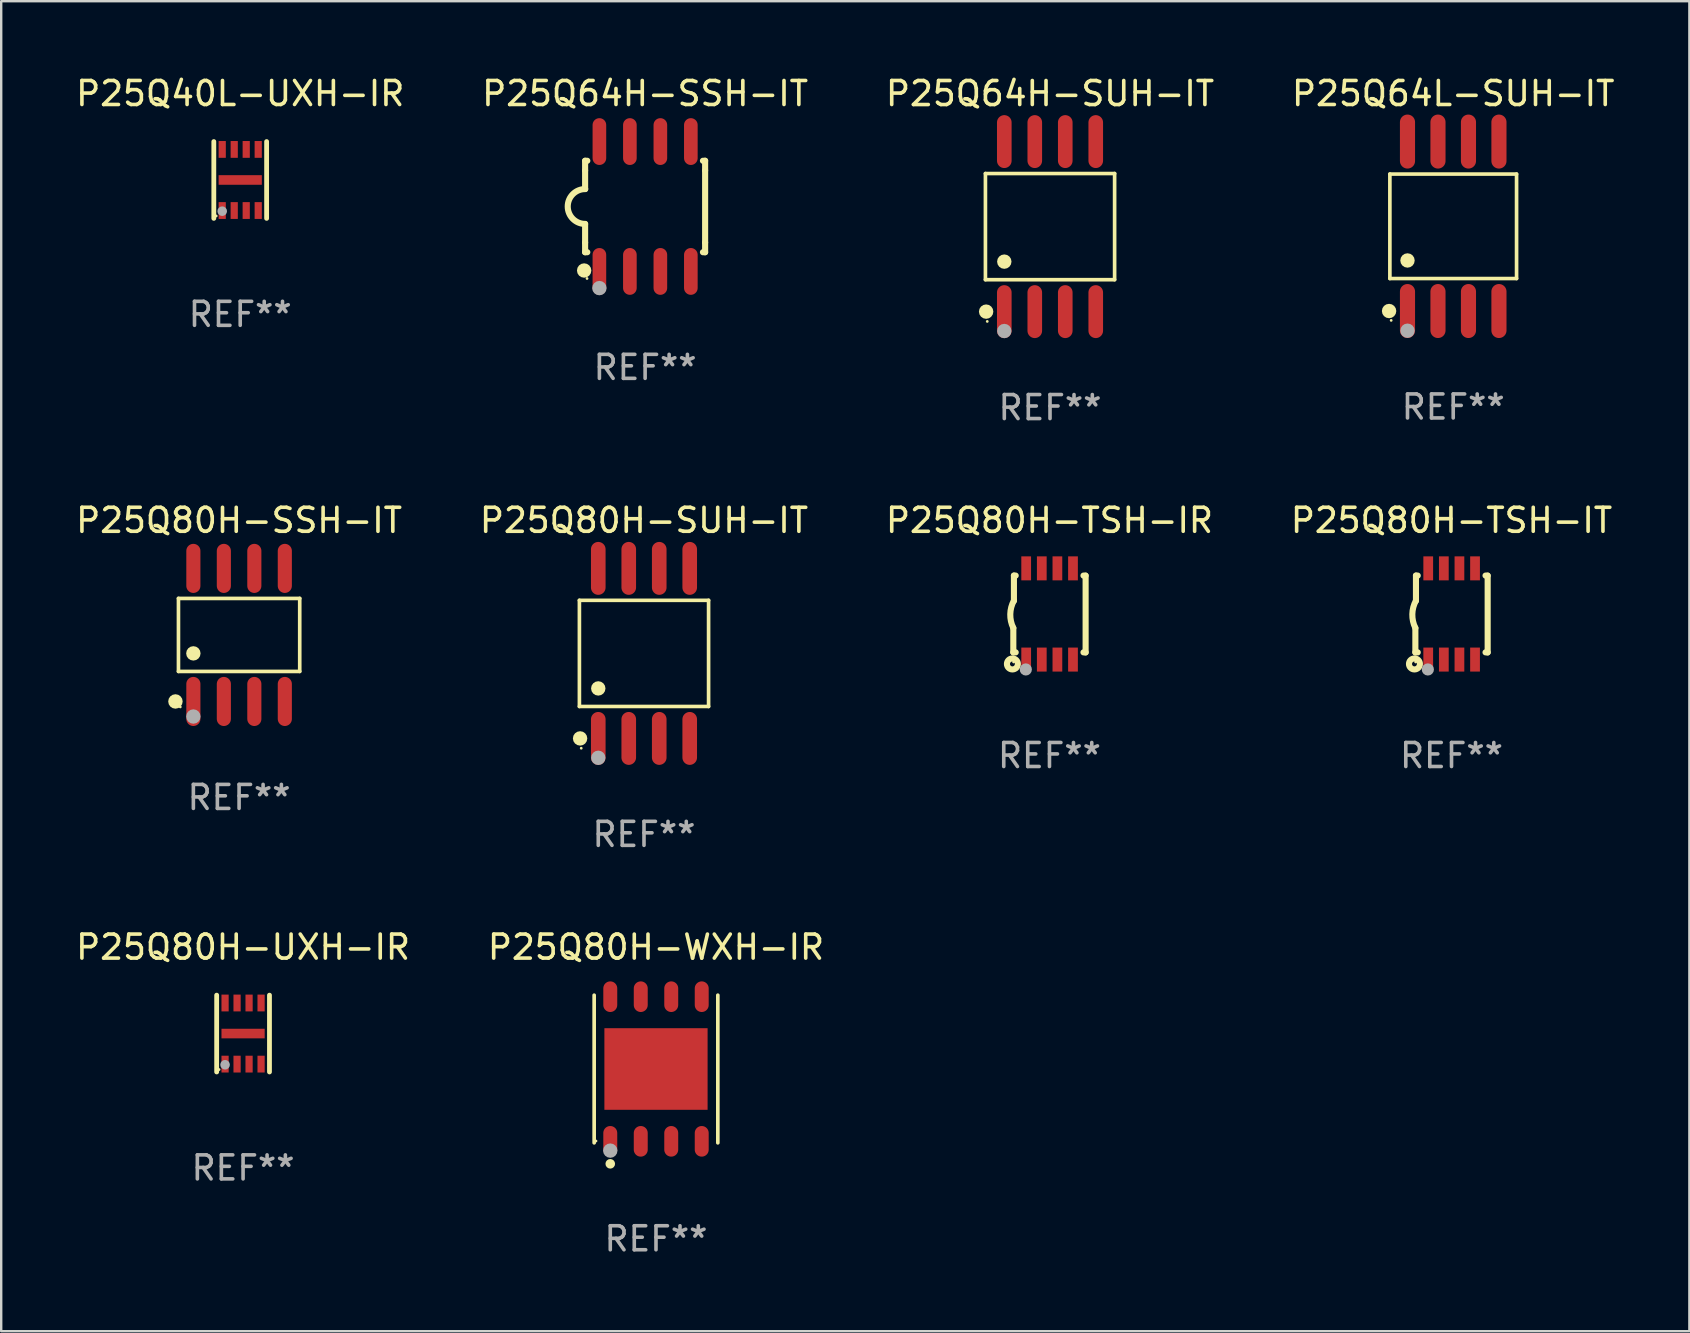
<source format=kicad_pcb>
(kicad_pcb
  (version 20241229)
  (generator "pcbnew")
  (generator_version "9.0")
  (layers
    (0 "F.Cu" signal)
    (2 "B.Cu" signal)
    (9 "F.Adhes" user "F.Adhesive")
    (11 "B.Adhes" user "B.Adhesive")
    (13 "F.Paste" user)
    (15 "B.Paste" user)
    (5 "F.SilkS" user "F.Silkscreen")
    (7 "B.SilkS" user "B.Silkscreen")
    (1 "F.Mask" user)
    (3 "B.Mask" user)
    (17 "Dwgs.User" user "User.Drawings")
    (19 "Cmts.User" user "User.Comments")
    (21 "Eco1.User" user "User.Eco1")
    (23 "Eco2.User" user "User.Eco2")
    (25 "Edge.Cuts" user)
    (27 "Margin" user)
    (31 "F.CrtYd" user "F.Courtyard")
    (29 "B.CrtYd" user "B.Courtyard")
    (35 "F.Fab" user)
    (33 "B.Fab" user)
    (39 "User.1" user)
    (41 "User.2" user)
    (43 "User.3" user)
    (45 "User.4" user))
  (footprint "P25Q80H-UXH-IR"
    (layer "F.Cu")
    (at 7.077 40.01)
    (property "Reference" "P25Q80H-UXH-IR" (at 0 -3.6 0) (layer "F.SilkS") (effects (font (size 1 1) (thickness 0.15))))
    (attr through_hole)
    (fp_line (start -1.1 1.6) (end -1.1 -1.6) (stroke (width 0.2) (type solid)) (layer "F.SilkS"))
    (fp_line (start 1.1 1.6) (end 1.1 -1.6) (stroke (width 0.2) (type solid)) (layer "F.SilkS"))
    (fp_circle (center -1 1.5) (end -0.97 1.5) (stroke (width 0.06) (type solid)) (fill no) (layer "F.SilkS"))
    (fp_circle (center -0.75 1.3) (end -0.65 1.3) (stroke (width 0.2) (type solid)) (fill no) (layer "F.Fab"))
    (fp_text user "REF**" (at 0 5.6 0) (layer "F.Fab") (effects (font (size 1 1) (thickness 0.15))))
    (pad "1" smd rect (at -0.75 1.273 90) (size 0.7 0.3) (layers "F.Cu" "F.Mask" "F.Paste"))
    (pad "2" smd rect (at -0.25 1.273 90) (size 0.7 0.3) (layers "F.Cu" "F.Mask" "F.Paste"))
    (pad "3" smd rect (at 0.25 1.273 90) (size 0.7 0.3) (layers "F.Cu" "F.Mask" "F.Paste"))
    (pad "4" smd rect (at 0.75 1.273 90) (size 0.7 0.3) (layers "F.Cu" "F.Mask" "F.Paste"))
    (pad "5" smd rect (at 0.75 -1.273 90) (size 0.7 0.3) (layers "F.Cu" "F.Mask" "F.Paste"))
    (pad "6" smd rect (at 0.25 -1.273 90) (size 0.7 0.3) (layers "F.Cu" "F.Mask" "F.Paste"))
    (pad "7" smd rect (at -0.25 -1.273 90) (size 0.7 0.3) (layers "F.Cu" "F.Mask" "F.Paste"))
    (pad "8" smd rect (at -0.75 -1.273 90) (size 0.7 0.3) (layers "F.Cu" "F.Mask" "F.Paste"))
    (pad "9" smd rect (at 0.000127 0) (size 1.8 0.4) (layers "F.Cu" "F.Mask" "F.Paste")))
  (footprint "P25Q64H-SSH-IT"
    (layer "F.Cu")
    (at 23.827 5.553)
    (property "Reference" "P25Q64H-SSH-IT" (at 0 -4.705 0) (layer "F.SilkS") (effects (font (size 1 1) (thickness 0.15))))
    (attr through_hole)
    (fp_line (start -2.5 -1.905) (end -2.409 -1.905) (stroke (width 0.254) (type solid)) (layer "F.SilkS"))
    (fp_line (start -2.5 -1.5) (end -2.5 -1.905) (stroke (width 0.254) (type solid)) (layer "F.SilkS"))
    (fp_line (start -2.5 -1.5) (end -2.5 -0.726) (stroke (width 0.254) (type solid)) (layer "F.SilkS"))
    (fp_line (start -2.5 1.5) (end -2.5 0.727) (stroke (width 0.254) (type solid)) (layer "F.SilkS"))
    (fp_line (start -2.5 1.5) (end -2.5 1.905) (stroke (width 0.254) (type solid)) (layer "F.SilkS"))
    (fp_line (start -2.5 1.905) (end -2.409 1.905) (stroke (width 0.254) (type solid)) (layer "F.SilkS"))
    (fp_line (start 2.5 -1.905) (end 2.409 -1.905) (stroke (width 0.254) (type solid)) (layer "F.SilkS"))
    (fp_line (start 2.5 -1.5) (end 2.5 -1.905) (stroke (width 0.254) (type solid)) (layer "F.SilkS"))
    (fp_line (start 2.5 -1.5) (end 2.5 1.5) (stroke (width 0.254) (type solid)) (layer "F.SilkS"))
    (fp_line (start 2.5 1.5) (end 2.5 1.905) (stroke (width 0.254) (type solid)) (layer "F.SilkS"))
    (fp_line (start 2.5 1.905) (end 2.409 1.905) (stroke (width 0.254) (type solid)) (layer "F.SilkS"))
    (fp_arc (start -2.5 0.726568) (mid -3.220316 -0.0023) (end -2.495097 -0.726289) (stroke (width 0.254001) (type solid)) (layer "F.SilkS"))
    (fp_circle (center -2.54 2.667) (end -2.39 2.667) (stroke (width 0.3) (type solid)) (fill no) (layer "F.SilkS"))
    (fp_circle (center -2.42 3) (end -2.39 3) (stroke (width 0.06) (type solid)) (fill no) (layer "F.SilkS"))
    (fp_circle (center -1.905 3.4) (end -1.755 3.4) (stroke (width 0.3) (type solid)) (fill no) (layer "F.Fab"))
    (fp_text user "REF**" (at 0 6.705 0) (layer "F.Fab") (effects (font (size 1 1) (thickness 0.15))))
    (pad "1" smd oval (at -1.905 2.705) (size 0.568 1.95) (layers "F.Cu" "F.Mask" "F.Paste"))
    (pad "2" smd oval (at -0.635 2.705) (size 0.568 1.95) (layers "F.Cu" "F.Mask" "F.Paste"))
    (pad "3" smd oval (at 0.635 2.705) (size 0.568 1.95) (layers "F.Cu" "F.Mask" "F.Paste"))
    (pad "4" smd oval (at 1.905 2.705) (size 0.568 1.95) (layers "F.Cu" "F.Mask" "F.Paste"))
    (pad "5" smd oval (at 1.905 -2.705) (size 0.568 1.95) (layers "F.Cu" "F.Mask" "F.Paste"))
    (pad "6" smd oval (at 0.635 -2.705) (size 0.568 1.95) (layers "F.Cu" "F.Mask" "F.Paste"))
    (pad "7" smd oval (at -0.635 -2.705) (size 0.568 1.95) (layers "F.Cu" "F.Mask" "F.Paste"))
    (pad "8" smd oval (at -1.905 -2.705) (size 0.568 1.95) (layers "F.Cu" "F.Mask" "F.Paste")))
  (footprint "P25Q64H-SUH-IT"
    (layer "F.Cu")
    (at 40.696 6.391)
    (property "Reference" "P25Q64H-SUH-IT" (at 0 -5.542 0) (layer "F.SilkS") (effects (font (size 1 1) (thickness 0.15))))
    (attr through_hole)
    (fp_line (start -2.691 -2.211) (end 2.691 -2.211) (stroke (width 0.152) (type solid)) (layer "F.SilkS"))
    (fp_line (start -2.691 2.211) (end -2.691 -2.211) (stroke (width 0.152) (type solid)) (layer "F.SilkS"))
    (fp_line (start 2.691 -2.211) (end 2.691 2.211) (stroke (width 0.152) (type solid)) (layer "F.SilkS"))
    (fp_line (start 2.691 2.211) (end -2.691 2.211) (stroke (width 0.152) (type solid)) (layer "F.SilkS"))
    (fp_circle (center -2.662 3.542) (end -2.512 3.542) (stroke (width 0.3) (type solid)) (fill no) (layer "F.SilkS"))
    (fp_circle (center -2.615 3.95) (end -2.585 3.95) (stroke (width 0.06) (type solid)) (fill no) (layer "F.SilkS"))
    (fp_circle (center -1.905 1.459) (end -1.755 1.459) (stroke (width 0.3) (type solid)) (fill no) (layer "F.SilkS"))
    (fp_circle (center -1.905 4.35) (end -1.755 4.35) (stroke (width 0.3) (type solid)) (fill no) (layer "F.Fab"))
    (fp_text user "REF**" (at 0 7.542 0) (layer "F.Fab") (effects (font (size 1 1) (thickness 0.15))))
    (pad "1" smd oval (at -1.905 3.542) (size 0.609 2.204) (layers "F.Cu" "F.Mask" "F.Paste"))
    (pad "2" smd oval (at -0.635 3.542) (size 0.609 2.204) (layers "F.Cu" "F.Mask" "F.Paste"))
    (pad "3" smd oval (at 0.635 3.542) (size 0.609 2.204) (layers "F.Cu" "F.Mask" "F.Paste"))
    (pad "4" smd oval (at 1.905 3.542) (size 0.609 2.204) (layers "F.Cu" "F.Mask" "F.Paste"))
    (pad "5" smd oval (at 1.905 -3.542) (size 0.609 2.204) (layers "F.Cu" "F.Mask" "F.Paste"))
    (pad "6" smd oval (at 0.635 -3.542) (size 0.609 2.204) (layers "F.Cu" "F.Mask" "F.Paste"))
    (pad "7" smd oval (at -0.635 -3.542) (size 0.609 2.204) (layers "F.Cu" "F.Mask" "F.Paste"))
    (pad "8" smd oval (at -1.905 -3.542) (size 0.609 2.204) (layers "F.Cu" "F.Mask" "F.Paste")))
  (footprint "P25Q40L-UXH-IR"
    (layer "F.Cu")
    (at 6.958 4.448)
    (property "Reference" "P25Q40L-UXH-IR" (at 0 -3.6 0) (layer "F.SilkS") (effects (font (size 1 1) (thickness 0.15))))
    (attr through_hole)
    (fp_line (start -1.1 1.6) (end -1.1 -1.6) (stroke (width 0.2) (type solid)) (layer "F.SilkS"))
    (fp_line (start 1.1 1.6) (end 1.1 -1.6) (stroke (width 0.2) (type solid)) (layer "F.SilkS"))
    (fp_circle (center -1 1.5) (end -0.97 1.5) (stroke (width 0.06) (type solid)) (fill no) (layer "F.SilkS"))
    (fp_circle (center -0.75 1.3) (end -0.65 1.3) (stroke (width 0.2) (type solid)) (fill no) (layer "F.Fab"))
    (fp_text user "REF**" (at 0 5.6 0) (layer "F.Fab") (effects (font (size 1 1) (thickness 0.15))))
    (pad "1" smd rect (at -0.75 1.273 90) (size 0.7 0.3) (layers "F.Cu" "F.Mask" "F.Paste"))
    (pad "2" smd rect (at -0.25 1.273 90) (size 0.7 0.3) (layers "F.Cu" "F.Mask" "F.Paste"))
    (pad "3" smd rect (at 0.25 1.273 90) (size 0.7 0.3) (layers "F.Cu" "F.Mask" "F.Paste"))
    (pad "4" smd rect (at 0.75 1.273 90) (size 0.7 0.3) (layers "F.Cu" "F.Mask" "F.Paste"))
    (pad "5" smd rect (at 0.75 -1.273 90) (size 0.7 0.3) (layers "F.Cu" "F.Mask" "F.Paste"))
    (pad "6" smd rect (at 0.25 -1.273 90) (size 0.7 0.3) (layers "F.Cu" "F.Mask" "F.Paste"))
    (pad "7" smd rect (at -0.25 -1.273 90) (size 0.7 0.3) (layers "F.Cu" "F.Mask" "F.Paste"))
    (pad "8" smd rect (at -0.75 -1.273 90) (size 0.7 0.3) (layers "F.Cu" "F.Mask" "F.Paste"))
    (pad "9" smd rect (at 0.000127 0) (size 1.8 0.4) (layers "F.Cu" "F.Mask" "F.Paste")))
  (footprint "P25Q80H-TSH-IR"
    (layer "F.Cu")
    (at 40.673 22.529)
    (property "Reference" "P25Q80H-TSH-IR" (at 0 -3.9 0) (layer "F.SilkS") (effects (font (size 1 1) (thickness 0.15))))
    (attr through_hole)
    (fp_line (start -1.506 1.6) (end -1.506 0.584) (stroke (width 0.254) (type solid)) (layer "F.SilkS"))
    (fp_line (start -1.506 1.6) (end -1.407 1.6) (stroke (width 0.254) (type solid)) (layer "F.SilkS"))
    (fp_line (start -1.481 -1.599) (end -1.481 -0.549) (stroke (width 0.254) (type solid)) (layer "F.SilkS"))
    (fp_line (start -1.481 -1.599) (end -1.407 -1.599) (stroke (width 0.254) (type solid)) (layer "F.SilkS"))
    (fp_line (start 1.417 -1.599) (end 1.506 -1.599) (stroke (width 0.254) (type solid)) (layer "F.SilkS"))
    (fp_line (start 1.417 1.6) (end 1.506 1.6) (stroke (width 0.254) (type solid)) (layer "F.SilkS"))
    (fp_line (start 1.506 1.603) (end 1.506 -1.595) (stroke (width 0.254) (type solid)) (layer "F.SilkS"))
    (fp_arc (start -1.506223 0.584328) (mid -1.632455 0.00974) (end -1.480823 -0.558674) (stroke (width 0.254001) (type solid)) (layer "F.SilkS"))
    (fp_circle (center -1.544 2.083) (end -1.443 2.083) (stroke (width 0.254) (type solid)) (fill no) (layer "F.SilkS"))
    (fp_circle (center -1.495 2) (end -1.465 2) (stroke (width 0.06) (type solid)) (fill no) (layer "F.SilkS"))
    (fp_circle (center -0.986 2.312) (end -0.859 2.312) (stroke (width 0.254) (type solid)) (fill no) (layer "F.Fab"))
    (fp_text user "REF**" (at 0 5.9 0) (layer "F.Fab") (effects (font (size 1 1) (thickness 0.15))))
    (pad "1" smd rect (at -0.97 1.9 90) (size 1 0.406) (layers "F.Cu" "F.Mask" "F.Paste"))
    (pad "2" smd rect (at -0.32 1.9 90) (size 1 0.406) (layers "F.Cu" "F.Mask" "F.Paste"))
    (pad "3" smd rect (at 0.33 1.9 90) (size 1 0.406) (layers "F.Cu" "F.Mask" "F.Paste"))
    (pad "4" smd rect (at 0.98 1.9 90) (size 1 0.406) (layers "F.Cu" "F.Mask" "F.Paste"))
    (pad "5" smd rect (at 0.98 -1.9 90) (size 1 0.406) (layers "F.Cu" "F.Mask" "F.Paste"))
    (pad "6" smd rect (at 0.33 -1.9 90) (size 1 0.406) (layers "F.Cu" "F.Mask" "F.Paste"))
    (pad "7" smd rect (at -0.32 -1.9 90) (size 1 0.406) (layers "F.Cu" "F.Mask" "F.Paste"))
    (pad "8" smd rect (at -0.97 -1.9 90) (size 1 0.406) (layers "F.Cu" "F.Mask" "F.Paste")))
  (footprint "P25Q80H-WXH-IR"
    (layer "F.Cu")
    (at 24.28 41.487)
    (property "Reference" "P25Q80H-WXH-IR" (at 0 -5.076 0) (layer "F.SilkS") (effects (font (size 1 1) (thickness 0.15))))
    (attr through_hole)
    (fp_line (start -2.576 3.076) (end -2.576 -3.076) (stroke (width 0.152) (type solid)) (layer "F.SilkS"))
    (fp_line (start 2.576 -3.076) (end 2.576 3.076) (stroke (width 0.152) (type solid)) (layer "F.SilkS"))
    (fp_circle (center -2.5 3) (end -2.47 3) (stroke (width 0.06) (type solid)) (fill no) (layer "F.SilkS"))
    (fp_circle (center -1.905 3.95) (end -1.805 3.95) (stroke (width 0.2) (type solid)) (fill no) (layer "F.SilkS"))
    (fp_circle (center -1.905 3.4) (end -1.755 3.4) (stroke (width 0.3) (type solid)) (fill no) (layer "F.Fab"))
    (fp_text user "REF**" (at 0 7.076 0) (layer "F.Fab") (effects (font (size 1 1) (thickness 0.15))))
    (pad "1" smd oval (at -1.905 3.013) (size 0.581 1.276) (layers "F.Cu" "F.Mask" "F.Paste"))
    (pad "2" smd oval (at -0.635 3.013) (size 0.581 1.276) (layers "F.Cu" "F.Mask" "F.Paste"))
    (pad "3" smd oval (at 0.635 3.013) (size 0.581 1.276) (layers "F.Cu" "F.Mask" "F.Paste"))
    (pad "4" smd oval (at 1.905 3.013) (size 0.581 1.276) (layers "F.Cu" "F.Mask" "F.Paste"))
    (pad "5" smd oval (at 1.905 -3.013) (size 0.581 1.276) (layers "F.Cu" "F.Mask" "F.Paste"))
    (pad "6" smd oval (at 0.635 -3.013) (size 0.581 1.276) (layers "F.Cu" "F.Mask" "F.Paste"))
    (pad "7" smd oval (at -0.635 -3.013) (size 0.581 1.276) (layers "F.Cu" "F.Mask" "F.Paste"))
    (pad "8" smd oval (at -1.905 -3.013) (size 0.581 1.276) (layers "F.Cu" "F.Mask" "F.Paste"))
    (pad "9" smd rect (at 0 0) (size 4.3 3.4) (layers "F.Cu" "F.Mask" "F.Paste")))
  (footprint "P25Q80H-SSH-IT"
    (layer "F.Cu")
    (at 6.911 23.402)
    (property "Reference" "P25Q80H-SSH-IT" (at 0 -4.772 0) (layer "F.SilkS") (effects (font (size 1 1) (thickness 0.15))))
    (attr through_hole)
    (fp_line (start -2.526 -1.521) (end 2.526 -1.521) (stroke (width 0.152) (type solid)) (layer "F.SilkS"))
    (fp_line (start -2.526 1.521) (end -2.526 -1.521) (stroke (width 0.152) (type solid)) (layer "F.SilkS"))
    (fp_line (start 2.526 -1.521) (end 2.526 1.521) (stroke (width 0.152) (type solid)) (layer "F.SilkS"))
    (fp_line (start 2.526 1.521) (end -2.526 1.521) (stroke (width 0.152) (type solid)) (layer "F.SilkS"))
    (fp_circle (center -2.652 2.772) (end -2.501 2.772) (stroke (width 0.3) (type solid)) (fill no) (layer "F.SilkS"))
    (fp_circle (center -2.45 3) (end -2.42 3) (stroke (width 0.06) (type solid)) (fill no) (layer "F.SilkS"))
    (fp_circle (center -1.905 0.769) (end -1.755 0.769) (stroke (width 0.3) (type solid)) (fill no) (layer "F.SilkS"))
    (fp_circle (center -1.905 3.4) (end -1.755 3.4) (stroke (width 0.3) (type solid)) (fill no) (layer "F.Fab"))
    (fp_text user "REF**" (at 0 6.772 0) (layer "F.Fab") (effects (font (size 1 1) (thickness 0.15))))
    (pad "1" smd oval (at -1.905 2.772) (size 0.588 2.045) (layers "F.Cu" "F.Mask" "F.Paste"))
    (pad "2" smd oval (at -0.635 2.772) (size 0.588 2.045) (layers "F.Cu" "F.Mask" "F.Paste"))
    (pad "3" smd oval (at 0.635 2.772) (size 0.588 2.045) (layers "F.Cu" "F.Mask" "F.Paste"))
    (pad "4" smd oval (at 1.905 2.772) (size 0.588 2.045) (layers "F.Cu" "F.Mask" "F.Paste"))
    (pad "5" smd oval (at 1.905 -2.772) (size 0.588 2.045) (layers "F.Cu" "F.Mask" "F.Paste"))
    (pad "6" smd oval (at 0.635 -2.772) (size 0.588 2.045) (layers "F.Cu" "F.Mask" "F.Paste"))
    (pad "7" smd oval (at -0.635 -2.772) (size 0.588 2.045) (layers "F.Cu" "F.Mask" "F.Paste"))
    (pad "8" smd oval (at -1.905 -2.772) (size 0.588 2.045) (layers "F.Cu" "F.Mask" "F.Paste")))
  (footprint "P25Q80H-SUH-IT"
    (layer "F.Cu")
    (at 23.78 24.172)
    (property "Reference" "P25Q80H-SUH-IT" (at 0 -5.542 0) (layer "F.SilkS") (effects (font (size 1 1) (thickness 0.15))))
    (attr through_hole)
    (fp_line (start -2.691 -2.211) (end 2.691 -2.211) (stroke (width 0.152) (type solid)) (layer "F.SilkS"))
    (fp_line (start -2.691 2.211) (end -2.691 -2.211) (stroke (width 0.152) (type solid)) (layer "F.SilkS"))
    (fp_line (start 2.691 -2.211) (end 2.691 2.211) (stroke (width 0.152) (type solid)) (layer "F.SilkS"))
    (fp_line (start 2.691 2.211) (end -2.691 2.211) (stroke (width 0.152) (type solid)) (layer "F.SilkS"))
    (fp_circle (center -2.662 3.542) (end -2.512 3.542) (stroke (width 0.3) (type solid)) (fill no) (layer "F.SilkS"))
    (fp_circle (center -2.615 3.95) (end -2.585 3.95) (stroke (width 0.06) (type solid)) (fill no) (layer "F.SilkS"))
    (fp_circle (center -1.905 1.459) (end -1.755 1.459) (stroke (width 0.3) (type solid)) (fill no) (layer "F.SilkS"))
    (fp_circle (center -1.905 4.35) (end -1.755 4.35) (stroke (width 0.3) (type solid)) (fill no) (layer "F.Fab"))
    (fp_text user "REF**" (at 0 7.542 0) (layer "F.Fab") (effects (font (size 1 1) (thickness 0.15))))
    (pad "1" smd oval (at -1.905 3.542) (size 0.609 2.204) (layers "F.Cu" "F.Mask" "F.Paste"))
    (pad "2" smd oval (at -0.635 3.542) (size 0.609 2.204) (layers "F.Cu" "F.Mask" "F.Paste"))
    (pad "3" smd oval (at 0.635 3.542) (size 0.609 2.204) (layers "F.Cu" "F.Mask" "F.Paste"))
    (pad "4" smd oval (at 1.905 3.542) (size 0.609 2.204) (layers "F.Cu" "F.Mask" "F.Paste"))
    (pad "5" smd oval (at 1.905 -3.542) (size 0.609 2.204) (layers "F.Cu" "F.Mask" "F.Paste"))
    (pad "6" smd oval (at 0.635 -3.542) (size 0.609 2.204) (layers "F.Cu" "F.Mask" "F.Paste"))
    (pad "7" smd oval (at -0.635 -3.542) (size 0.609 2.204) (layers "F.Cu" "F.Mask" "F.Paste"))
    (pad "8" smd oval (at -1.905 -3.542) (size 0.609 2.204) (layers "F.Cu" "F.Mask" "F.Paste")))
  (footprint "P25Q80H-TSH-IT"
    (layer "F.Cu")
    (at 57.423 22.529)
    (property "Reference" "P25Q80H-TSH-IT" (at 0 -3.9 0) (layer "F.SilkS") (effects (font (size 1 1) (thickness 0.15))))
    (attr through_hole)
    (fp_line (start -1.506 1.6) (end -1.506 0.584) (stroke (width 0.254) (type solid)) (layer "F.SilkS"))
    (fp_line (start -1.506 1.6) (end -1.407 1.6) (stroke (width 0.254) (type solid)) (layer "F.SilkS"))
    (fp_line (start -1.481 -1.599) (end -1.481 -0.549) (stroke (width 0.254) (type solid)) (layer "F.SilkS"))
    (fp_line (start -1.481 -1.599) (end -1.407 -1.599) (stroke (width 0.254) (type solid)) (layer "F.SilkS"))
    (fp_line (start 1.417 -1.599) (end 1.506 -1.599) (stroke (width 0.254) (type solid)) (layer "F.SilkS"))
    (fp_line (start 1.417 1.6) (end 1.506 1.6) (stroke (width 0.254) (type solid)) (layer "F.SilkS"))
    (fp_line (start 1.506 1.603) (end 1.506 -1.595) (stroke (width 0.254) (type solid)) (layer "F.SilkS"))
    (fp_arc (start -1.506223 0.584328) (mid -1.632455 0.00974) (end -1.480823 -0.558674) (stroke (width 0.254001) (type solid)) (layer "F.SilkS"))
    (fp_circle (center -1.544 2.083) (end -1.443 2.083) (stroke (width 0.254) (type solid)) (fill no) (layer "F.SilkS"))
    (fp_circle (center -1.495 2) (end -1.465 2) (stroke (width 0.06) (type solid)) (fill no) (layer "F.SilkS"))
    (fp_circle (center -0.986 2.312) (end -0.859 2.312) (stroke (width 0.254) (type solid)) (fill no) (layer "F.Fab"))
    (fp_text user "REF**" (at 0 5.9 0) (layer "F.Fab") (effects (font (size 1 1) (thickness 0.15))))
    (pad "1" smd rect (at -0.97 1.9 90) (size 1 0.406) (layers "F.Cu" "F.Mask" "F.Paste"))
    (pad "2" smd rect (at -0.32 1.9 90) (size 1 0.406) (layers "F.Cu" "F.Mask" "F.Paste"))
    (pad "3" smd rect (at 0.33 1.9 90) (size 1 0.406) (layers "F.Cu" "F.Mask" "F.Paste"))
    (pad "4" smd rect (at 0.98 1.9 90) (size 1 0.406) (layers "F.Cu" "F.Mask" "F.Paste"))
    (pad "5" smd rect (at 0.98 -1.9 90) (size 1 0.406) (layers "F.Cu" "F.Mask" "F.Paste"))
    (pad "6" smd rect (at 0.33 -1.9 90) (size 1 0.406) (layers "F.Cu" "F.Mask" "F.Paste"))
    (pad "7" smd rect (at -0.32 -1.9 90) (size 1 0.406) (layers "F.Cu" "F.Mask" "F.Paste"))
    (pad "8" smd rect (at -0.97 -1.9 90) (size 1 0.406) (layers "F.Cu" "F.Mask" "F.Paste")))
  (footprint "P25Q64L-SUH-IT"
    (layer "F.Cu")
    (at 57.494 6.378)
    (property "Reference" "P25Q64L-SUH-IT" (at 0 -5.53 0) (layer "F.SilkS") (effects (font (size 1 1) (thickness 0.15))))
    (attr through_hole)
    (fp_line (start -2.639 -2.176) (end 2.639 -2.176) (stroke (width 0.152) (type solid)) (layer "F.SilkS"))
    (fp_line (start -2.639 2.176) (end -2.639 -2.176) (stroke (width 0.152) (type solid)) (layer "F.SilkS"))
    (fp_line (start 2.639 -2.176) (end 2.639 2.176) (stroke (width 0.152) (type solid)) (layer "F.SilkS"))
    (fp_line (start 2.639 2.176) (end -2.639 2.176) (stroke (width 0.152) (type solid)) (layer "F.SilkS"))
    (fp_circle (center -2.672 3.53) (end -2.522 3.53) (stroke (width 0.3) (type solid)) (fill no) (layer "F.SilkS"))
    (fp_circle (center -2.585 3.92) (end -2.555 3.92) (stroke (width 0.06) (type solid)) (fill no) (layer "F.SilkS"))
    (fp_circle (center -1.905 1.424) (end -1.755 1.424) (stroke (width 0.3) (type solid)) (fill no) (layer "F.SilkS"))
    (fp_circle (center -1.905 4.35) (end -1.755 4.35) (stroke (width 0.3) (type solid)) (fill no) (layer "F.Fab"))
    (fp_text user "REF**" (at 0 7.53 0) (layer "F.Fab") (effects (font (size 1 1) (thickness 0.15))))
    (pad "1" smd oval (at -1.905 3.53) (size 0.63 2.25) (layers "F.Cu" "F.Mask" "F.Paste"))
    (pad "2" smd oval (at -0.635 3.53) (size 0.63 2.25) (layers "F.Cu" "F.Mask" "F.Paste"))
    (pad "3" smd oval (at 0.635 3.53) (size 0.63 2.25) (layers "F.Cu" "F.Mask" "F.Paste"))
    (pad "4" smd oval (at 1.905 3.53) (size 0.63 2.25) (layers "F.Cu" "F.Mask" "F.Paste"))
    (pad "5" smd oval (at 1.905 -3.53) (size 0.63 2.25) (layers "F.Cu" "F.Mask" "F.Paste"))
    (pad "6" smd oval (at 0.635 -3.53) (size 0.63 2.25) (layers "F.Cu" "F.Mask" "F.Paste"))
    (pad "7" smd oval (at -0.635 -3.53) (size 0.63 2.25) (layers "F.Cu" "F.Mask" "F.Paste"))
    (pad "8" smd oval (at -1.905 -3.53) (size 0.63 2.25) (layers "F.Cu" "F.Mask" "F.Paste")))
  (gr_rect
    (start -3 -3)
    (end 67.333 52.411)
    (stroke (width 0.1) (type default))
    (fill no)
    (layer "Edge.Cuts")))
</source>
